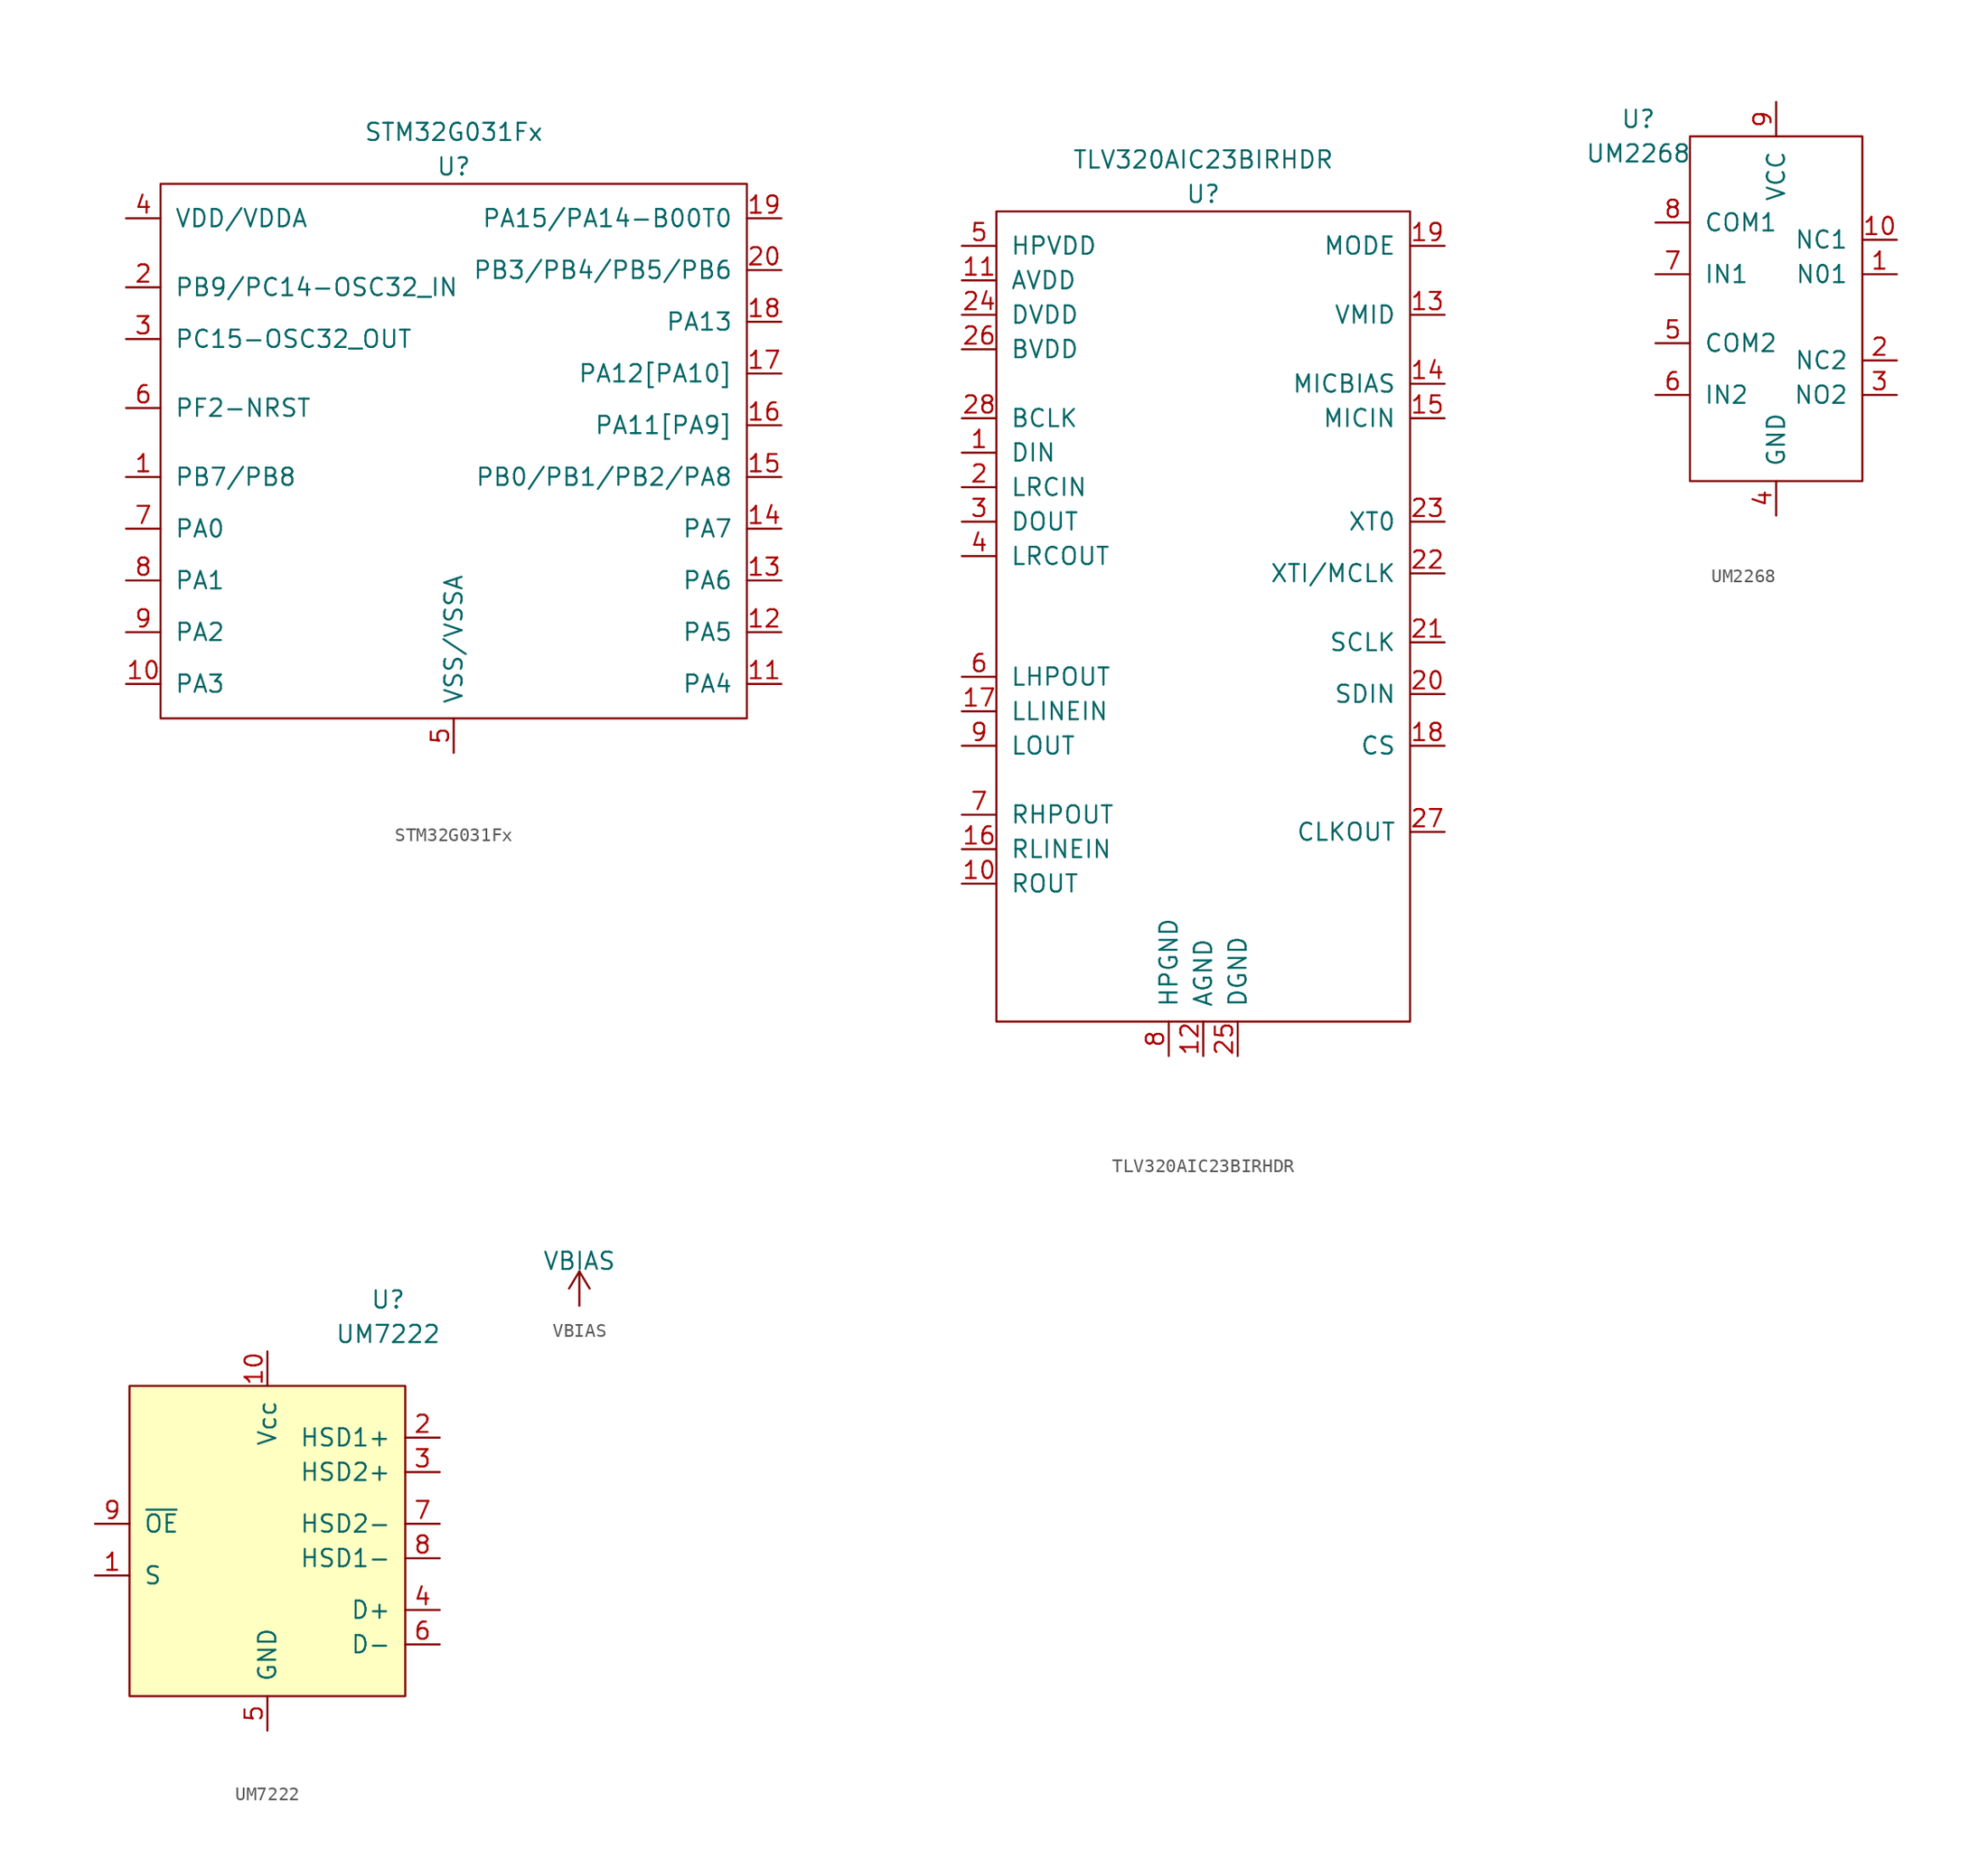
<source format=kicad_sym>
(kicad_symbol_lib
  (version 20211014)
  (generator kicad_symbol_editor)
  (symbol "STM32G031Fx"
    (pin_names
      (offset 1.016))
    (property "Reference" "U"
      (at 0 11.43 0)
      (effects (font (size 1.27 1.27))))
    (property "Value" "STM32G031Fx"
      (at 0 13.97 0)
      (effects (font (size 1.27 1.27))))
    (symbol "STM32G031Fx_0_1"
      (rectangle (start -21.59 10.16) (end 21.59 -29.21) (stroke (width 0) (type default) (color 0 0 0 0)) (fill (type none))))
    (symbol "STM32G031Fx_1_1"
      (pin bidirectional line (at -24.13 -11.43 0) (length 2.54) (name "PB7/PB8" (effects (font (size 1.27 1.27)))) (number "1" (effects (font (size 1.27 1.27)))))
      (pin bidirectional line (at -24.13 -26.67 0) (length 2.54) (name "PA3" (effects (font (size 1.27 1.27)))) (number "10" (effects (font (size 1.27 1.27)))))
      (pin bidirectional line (at 24.13 -26.67 180) (length 2.54) (name "PA4" (effects (font (size 1.27 1.27)))) (number "11" (effects (font (size 1.27 1.27)))))
      (pin bidirectional line (at 24.13 -22.86 180) (length 2.54) (name "PA5" (effects (font (size 1.27 1.27)))) (number "12" (effects (font (size 1.27 1.27)))))
      (pin bidirectional line (at 24.13 -19.05 180) (length 2.54) (name "PA6" (effects (font (size 1.27 1.27)))) (number "13" (effects (font (size 1.27 1.27)))))
      (pin power_in line (at 24.13 -15.24 180) (length 2.54) (name "PA7" (effects (font (size 1.27 1.27)))) (number "14" (effects (font (size 1.27 1.27)))))
      (pin power_in line (at 24.13 -11.43 180) (length 2.54) (name "PB0/PB1/PB2/PA8" (effects (font (size 1.27 1.27)))) (number "15" (effects (font (size 1.27 1.27)))))
      (pin bidirectional line (at 24.13 -7.62 180) (length 2.54) (name "PA11[PA9]" (effects (font (size 1.27 1.27)))) (number "16" (effects (font (size 1.27 1.27)))))
      (pin bidirectional line (at 24.13 -3.81 180) (length 2.54) (name "PA12[PA10]" (effects (font (size 1.27 1.27)))) (number "17" (effects (font (size 1.27 1.27)))))
      (pin bidirectional line (at 24.13 0 180) (length 2.54) (name "PA13" (effects (font (size 1.27 1.27)))) (number "18" (effects (font (size 1.27 1.27)))))
      (pin bidirectional line (at 24.13 7.62 180) (length 2.54) (name "PA15/PA14-B00T0" (effects (font (size 1.27 1.27)))) (number "19" (effects (font (size 1.27 1.27)))))
      (pin bidirectional line (at -24.13 2.54 0) (length 2.54) (name "PB9/PC14-OSC32_IN" (effects (font (size 1.27 1.27)))) (number "2" (effects (font (size 1.27 1.27)))))
      (pin bidirectional line (at 24.13 3.81 180) (length 2.54) (name "PB3/PB4/PB5/PB6" (effects (font (size 1.27 1.27)))) (number "20" (effects (font (size 1.27 1.27)))))
      (pin power_in line (at -24.13 -1.27 0) (length 2.54) (name "PC15-OSC32_OUT" (effects (font (size 1.27 1.27)))) (number "3" (effects (font (size 1.27 1.27)))))
      (pin power_in line (at -24.13 7.62 0) (length 2.54) (name "VDD/VDDA" (effects (font (size 1.27 1.27)))) (number "4" (effects (font (size 1.27 1.27)))))
      (pin power_in line (at 0 -31.75 90) (length 2.54) (name "VSS/VSSA" (effects (font (size 1.27 1.27)))) (number "5" (effects (font (size 1.27 1.27)))))
      (pin input line (at -24.13 -6.35 0) (length 2.54) (name "PF2-NRST" (effects (font (size 1.27 1.27)))) (number "6" (effects (font (size 1.27 1.27)))))
      (pin bidirectional line (at -24.13 -15.24 0) (length 2.54) (name "PA0" (effects (font (size 1.27 1.27)))) (number "7" (effects (font (size 1.27 1.27)))))
      (pin bidirectional line (at -24.13 -19.05 0) (length 2.54) (name "PA1" (effects (font (size 1.27 1.27)))) (number "8" (effects (font (size 1.27 1.27)))))
      (pin bidirectional line (at -24.13 -22.86 0) (length 2.54) (name "PA2" (effects (font (size 1.27 1.27)))) (number "9" (effects (font (size 1.27 1.27)))))))
  (symbol "TLV320AIC23BIRHDR"
    (pin_names
      (offset 1.016))
    (property "Reference" "U"
      (at 0 22.86 0)
      (effects (font (size 1.27 1.27))))
    (property "Value" "TLV320AIC23BIRHDR"
      (at 0 25.4 0)
      (effects (font (size 1.27 1.27))))
    (symbol "TLV320AIC23BIRHDR_0_1"
      (rectangle (start -15.24 21.59) (end 15.24 -38.1) (stroke (width 0) (type default) (color 0 0 0 0)) (fill (type none))))
    (symbol "TLV320AIC23BIRHDR_1_1"
      (pin bidirectional line (at -17.78 3.81 0) (length 2.54) (name "DIN" (effects (font (size 1.27 1.27)))) (number "1" (effects (font (size 1.27 1.27)))))
      (pin bidirectional line (at -17.78 -27.94 0) (length 2.54) (name "ROUT" (effects (font (size 1.27 1.27)))) (number "10" (effects (font (size 1.27 1.27)))))
      (pin power_in line (at -17.78 16.51 0) (length 2.54) (name "AVDD" (effects (font (size 1.27 1.27)))) (number "11" (effects (font (size 1.27 1.27)))))
      (pin power_in line (at 0 -40.64 90) (length 2.54) (name "AGND" (effects (font (size 1.27 1.27)))) (number "12" (effects (font (size 1.27 1.27)))))
      (pin bidirectional line (at 17.78 13.97 180) (length 2.54) (name "VMID" (effects (font (size 1.27 1.27)))) (number "13" (effects (font (size 1.27 1.27)))))
      (pin bidirectional line (at 17.78 8.89 180) (length 2.54) (name "MICBIAS" (effects (font (size 1.27 1.27)))) (number "14" (effects (font (size 1.27 1.27)))))
      (pin bidirectional line (at 17.78 6.35 180) (length 2.54) (name "MICIN" (effects (font (size 1.27 1.27)))) (number "15" (effects (font (size 1.27 1.27)))))
      (pin bidirectional line (at -17.78 -25.4 0) (length 2.54) (name "RLINEIN" (effects (font (size 1.27 1.27)))) (number "16" (effects (font (size 1.27 1.27)))))
      (pin bidirectional line (at -17.78 -15.24 0) (length 2.54) (name "LLINEIN" (effects (font (size 1.27 1.27)))) (number "17" (effects (font (size 1.27 1.27)))))
      (pin bidirectional line (at 17.78 -17.78 180) (length 2.54) (name "CS" (effects (font (size 1.27 1.27)))) (number "18" (effects (font (size 1.27 1.27)))))
      (pin bidirectional line (at 17.78 19.05 180) (length 2.54) (name "MODE" (effects (font (size 1.27 1.27)))) (number "19" (effects (font (size 1.27 1.27)))))
      (pin bidirectional line (at -17.78 1.27 0) (length 2.54) (name "LRCIN" (effects (font (size 1.27 1.27)))) (number "2" (effects (font (size 1.27 1.27)))))
      (pin bidirectional line (at 17.78 -13.97 180) (length 2.54) (name "SDIN" (effects (font (size 1.27 1.27)))) (number "20" (effects (font (size 1.27 1.27)))))
      (pin bidirectional line (at 17.78 -10.16 180) (length 2.54) (name "SCLK" (effects (font (size 1.27 1.27)))) (number "21" (effects (font (size 1.27 1.27)))))
      (pin bidirectional line (at 17.78 -5.08 180) (length 2.54) (name "XTI/MCLK" (effects (font (size 1.27 1.27)))) (number "22" (effects (font (size 1.27 1.27)))))
      (pin bidirectional line (at 17.78 -1.27 180) (length 2.54) (name "XT0" (effects (font (size 1.27 1.27)))) (number "23" (effects (font (size 1.27 1.27)))))
      (pin power_in line (at -17.78 13.97 0) (length 2.54) (name "DVDD" (effects (font (size 1.27 1.27)))) (number "24" (effects (font (size 1.27 1.27)))))
      (pin power_in line (at 2.54 -40.64 90) (length 2.54) (name "DGND" (effects (font (size 1.27 1.27)))) (number "25" (effects (font (size 1.27 1.27)))))
      (pin power_in line (at -17.78 11.43 0) (length 2.54) (name "BVDD" (effects (font (size 1.27 1.27)))) (number "26" (effects (font (size 1.27 1.27)))))
      (pin bidirectional line (at 17.78 -24.13 180) (length 2.54) (name "CLKOUT" (effects (font (size 1.27 1.27)))) (number "27" (effects (font (size 1.27 1.27)))))
      (pin bidirectional line (at -17.78 6.35 0) (length 2.54) (name "BCLK" (effects (font (size 1.27 1.27)))) (number "28" (effects (font (size 1.27 1.27)))))
      (pin bidirectional line (at -17.78 -1.27 0) (length 2.54) (name "DOUT" (effects (font (size 1.27 1.27)))) (number "3" (effects (font (size 1.27 1.27)))))
      (pin bidirectional line (at -17.78 -3.81 0) (length 2.54) (name "LRCOUT" (effects (font (size 1.27 1.27)))) (number "4" (effects (font (size 1.27 1.27)))))
      (pin power_in line (at -17.78 19.05 0) (length 2.54) (name "HPVDD" (effects (font (size 1.27 1.27)))) (number "5" (effects (font (size 1.27 1.27)))))
      (pin bidirectional line (at -17.78 -12.7 0) (length 2.54) (name "LHPOUT" (effects (font (size 1.27 1.27)))) (number "6" (effects (font (size 1.27 1.27)))))
      (pin bidirectional line (at -17.78 -22.86 0) (length 2.54) (name "RHPOUT" (effects (font (size 1.27 1.27)))) (number "7" (effects (font (size 1.27 1.27)))))
      (pin power_in line (at -2.54 -40.64 90) (length 2.54) (name "HPGND" (effects (font (size 1.27 1.27)))) (number "8" (effects (font (size 1.27 1.27)))))
      (pin bidirectional line (at -17.78 -17.78 0) (length 2.54) (name "LOUT" (effects (font (size 1.27 1.27)))) (number "9" (effects (font (size 1.27 1.27)))))))
  (symbol "UM2268"
    (pin_names
      (offset 1.016))
    (property "Reference" "U"
      (at -10.16 13.97 0)
      (effects (font (size 1.27 1.27))))
    (property "Value" "UM2268"
      (at -10.16 11.43 0)
      (effects (font (size 1.27 1.27))))
    (symbol "UM2268_0_1"
      (rectangle (start -6.35 12.7) (end 6.35 -12.7) (stroke (width 0) (type default) (color 0 0 0 0)) (fill (type none))))
    (symbol "UM2268_1_1"
      (pin output line (at 8.89 2.54 180) (length 2.54) (name "N01" (effects (font (size 1.27 1.27)))) (number "1" (effects (font (size 1.27 1.27)))))
      (pin output line (at 8.89 5.08 180) (length 2.54) (name "NC1" (effects (font (size 1.27 1.27)))) (number "10" (effects (font (size 1.27 1.27)))))
      (pin output line (at 8.89 -3.81 180) (length 2.54) (name "NC2" (effects (font (size 1.27 1.27)))) (number "2" (effects (font (size 1.27 1.27)))))
      (pin output line (at 8.89 -6.35 180) (length 2.54) (name "NO2" (effects (font (size 1.27 1.27)))) (number "3" (effects (font (size 1.27 1.27)))))
      (pin power_in line (at 0 -15.24 90) (length 2.54) (name "GND" (effects (font (size 1.27 1.27)))) (number "4" (effects (font (size 1.27 1.27)))))
      (pin input line (at -8.89 -2.54 0) (length 2.54) (name "COM2" (effects (font (size 1.27 1.27)))) (number "5" (effects (font (size 1.27 1.27)))))
      (pin input line (at -8.89 -6.35 0) (length 2.54) (name "IN2" (effects (font (size 1.27 1.27)))) (number "6" (effects (font (size 1.27 1.27)))))
      (pin input line (at -8.89 2.54 0) (length 2.54) (name "IN1" (effects (font (size 1.27 1.27)))) (number "7" (effects (font (size 1.27 1.27)))))
      (pin input line (at -8.89 6.35 0) (length 2.54) (name "COM1" (effects (font (size 1.27 1.27)))) (number "8" (effects (font (size 1.27 1.27)))))
      (pin power_in line (at 0 15.24 270) (length 2.54) (name "VCC" (effects (font (size 1.27 1.27)))) (number "9" (effects (font (size 1.27 1.27)))))))
  (symbol "UM7222"
    (pin_names
      (offset 1.016))
    (property "Reference" "U"
      (at 8.89 17.78 0)
      (effects (font (size 1.27 1.27))))
    (property "Value" "UM7222"
      (at 8.89 15.24 0)
      (effects (font (size 1.27 1.27))))
    (symbol "UM7222_0_1"
      (rectangle (start -10.16 11.43) (end 10.16 -11.43) (stroke (width 0) (type default) (color 0 0 0 0)) (fill (type background))))
    (symbol "UM7222_1_1"
      (pin input line (at -12.7 -2.54 0) (length 2.54) (name "S" (effects (font (size 1.27 1.27)))) (number "1" (effects (font (size 1.27 1.27)))))
      (pin power_in line (at 0 13.97 270) (length 2.54) (name "Vcc" (effects (font (size 1.27 1.27)))) (number "10" (effects (font (size 1.27 1.27)))))
      (pin bidirectional line (at 12.7 7.62 180) (length 2.54) (name "HSD1+" (effects (font (size 1.27 1.27)))) (number "2" (effects (font (size 1.27 1.27)))))
      (pin bidirectional line (at 12.7 5.08 180) (length 2.54) (name "HSD2+" (effects (font (size 1.27 1.27)))) (number "3" (effects (font (size 1.27 1.27)))))
      (pin bidirectional line (at 12.7 -5.08 180) (length 2.54) (name "D+" (effects (font (size 1.27 1.27)))) (number "4" (effects (font (size 1.27 1.27)))))
      (pin power_in line (at 0 -13.97 90) (length 2.54) (name "GND" (effects (font (size 1.27 1.27)))) (number "5" (effects (font (size 1.27 1.27)))))
      (pin bidirectional line (at 12.7 -7.62 180) (length 2.54) (name "D-" (effects (font (size 1.27 1.27)))) (number "6" (effects (font (size 1.27 1.27)))))
      (pin bidirectional line (at 12.7 1.27 180) (length 2.54) (name "HSD2-" (effects (font (size 1.27 1.27)))) (number "7" (effects (font (size 1.27 1.27)))))
      (pin bidirectional line (at 12.7 -1.27 180) (length 2.54) (name "HSD1-" (effects (font (size 1.27 1.27)))) (number "8" (effects (font (size 1.27 1.27)))))
      (pin input line (at -12.7 1.27 0) (length 2.54) (name "~{OE}" (effects (font (size 1.27 1.27)))) (number "9" (effects (font (size 1.27 1.27)))))))
  (symbol "VBIAS"
    (pin_names
      (offset 1.016))
    (property "Reference" "#PWR"
      (at 0 1.27 0)
      (effects (font (size 1.27 1.27)) hide))
    (property "Value" "VBIAS"
      (at 0 3.302 0)
      (effects (font (size 1.27 1.27))))
    (symbol "VBIAS_1_1"
      (polyline (pts (xy -0.762 1.27) (xy 0 2.54)) (stroke (width 0) (type default) (color 0 0 0 0)) (fill (type none)))
      (polyline (pts (xy 0 0) (xy 0 2.54)) (stroke (width 0) (type default) (color 0 0 0 0)) (fill (type none)))
      (polyline (pts (xy 0 2.54) (xy 0.762 1.27)) (stroke (width 0) (type default) (color 0 0 0 0)) (fill (type none)))
      (pin power_in line (at 0 0 90) (length 0) hide (name "+1V5" (effects (font (size 1.27 1.27)))) (number "1" (effects (font (size 1.27 1.27))))))))
</source>
